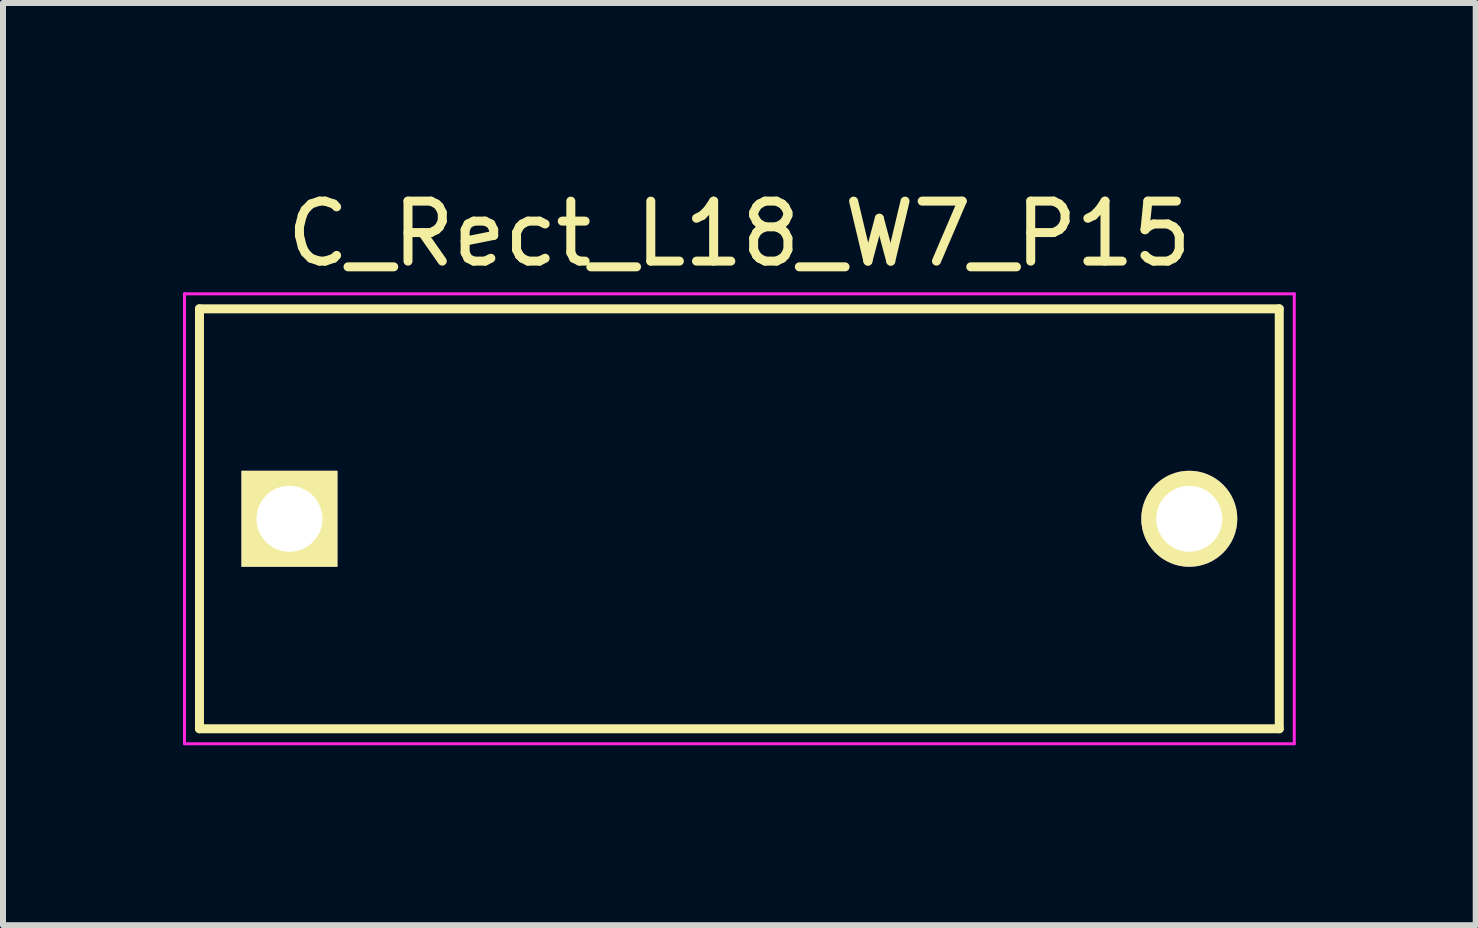
<source format=kicad_pcb>
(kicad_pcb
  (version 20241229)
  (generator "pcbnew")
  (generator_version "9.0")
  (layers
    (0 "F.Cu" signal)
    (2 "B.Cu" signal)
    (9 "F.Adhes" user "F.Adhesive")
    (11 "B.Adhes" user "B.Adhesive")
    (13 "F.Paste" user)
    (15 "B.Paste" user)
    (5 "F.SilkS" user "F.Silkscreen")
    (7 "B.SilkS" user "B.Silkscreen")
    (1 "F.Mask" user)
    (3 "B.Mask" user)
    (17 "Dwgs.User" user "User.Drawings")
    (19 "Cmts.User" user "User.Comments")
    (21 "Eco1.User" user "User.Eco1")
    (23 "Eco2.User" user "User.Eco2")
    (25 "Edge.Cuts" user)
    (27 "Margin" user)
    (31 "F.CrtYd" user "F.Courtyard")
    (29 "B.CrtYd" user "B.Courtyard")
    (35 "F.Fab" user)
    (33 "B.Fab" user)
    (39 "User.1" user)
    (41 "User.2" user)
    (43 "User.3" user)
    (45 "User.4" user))
  (footprint "C_Rect_L18_W7_P15"
    (layer "F.Cu")
    (at 1.775 5.598)
    (property "Reference" "C_Rect_L18_W7_P15" (at 7.5 -4.75 0) (layer "F.SilkS") (effects (font (size 1 1) (thickness 0.15))))
    (attr through_hole)
    (fp_line (start -1.5 -3.5) (end 16.5 -3.5) (stroke (width 0.15) (type solid)) (layer "F.SilkS"))
    (fp_line (start -1.5 3.5) (end -1.5 -3.5) (stroke (width 0.15) (type solid)) (layer "F.SilkS"))
    (fp_line (start 16.5 -3.5) (end 16.5 3.5) (stroke (width 0.15) (type solid)) (layer "F.SilkS"))
    (fp_line (start 16.5 3.5) (end -1.5 3.5) (stroke (width 0.15) (type solid)) (layer "F.SilkS"))
    (fp_line (start -1.75 -3.75) (end 16.75 -3.75) (stroke (width 0.05) (type solid)) (layer "F.CrtYd"))
    (fp_line (start -1.75 3.75) (end -1.75 -3.75) (stroke (width 0.05) (type solid)) (layer "F.CrtYd"))
    (fp_line (start 16.75 -3.75) (end 16.75 3.75) (stroke (width 0.05) (type solid)) (layer "F.CrtYd"))
    (fp_line (start 16.75 3.75) (end -1.75 3.75) (stroke (width 0.05) (type solid)) (layer "F.CrtYd"))
    (pad "1" thru_hole rect (at 0 0) (size 1.6 1.6) (drill 1.1) (layers "*.Cu" "*.Mask" "F.SilkS"))
    (pad "2" thru_hole circle (at 15 0) (size 1.6 1.6) (drill 1.1) (layers "*.Cu" "*.Mask" "F.SilkS")))
  (gr_rect
    (start -3 -3)
    (end 21.55 12.373)
    (stroke (width 0.1) (type default))
    (fill no)
    (layer "Edge.Cuts")))
</source>
